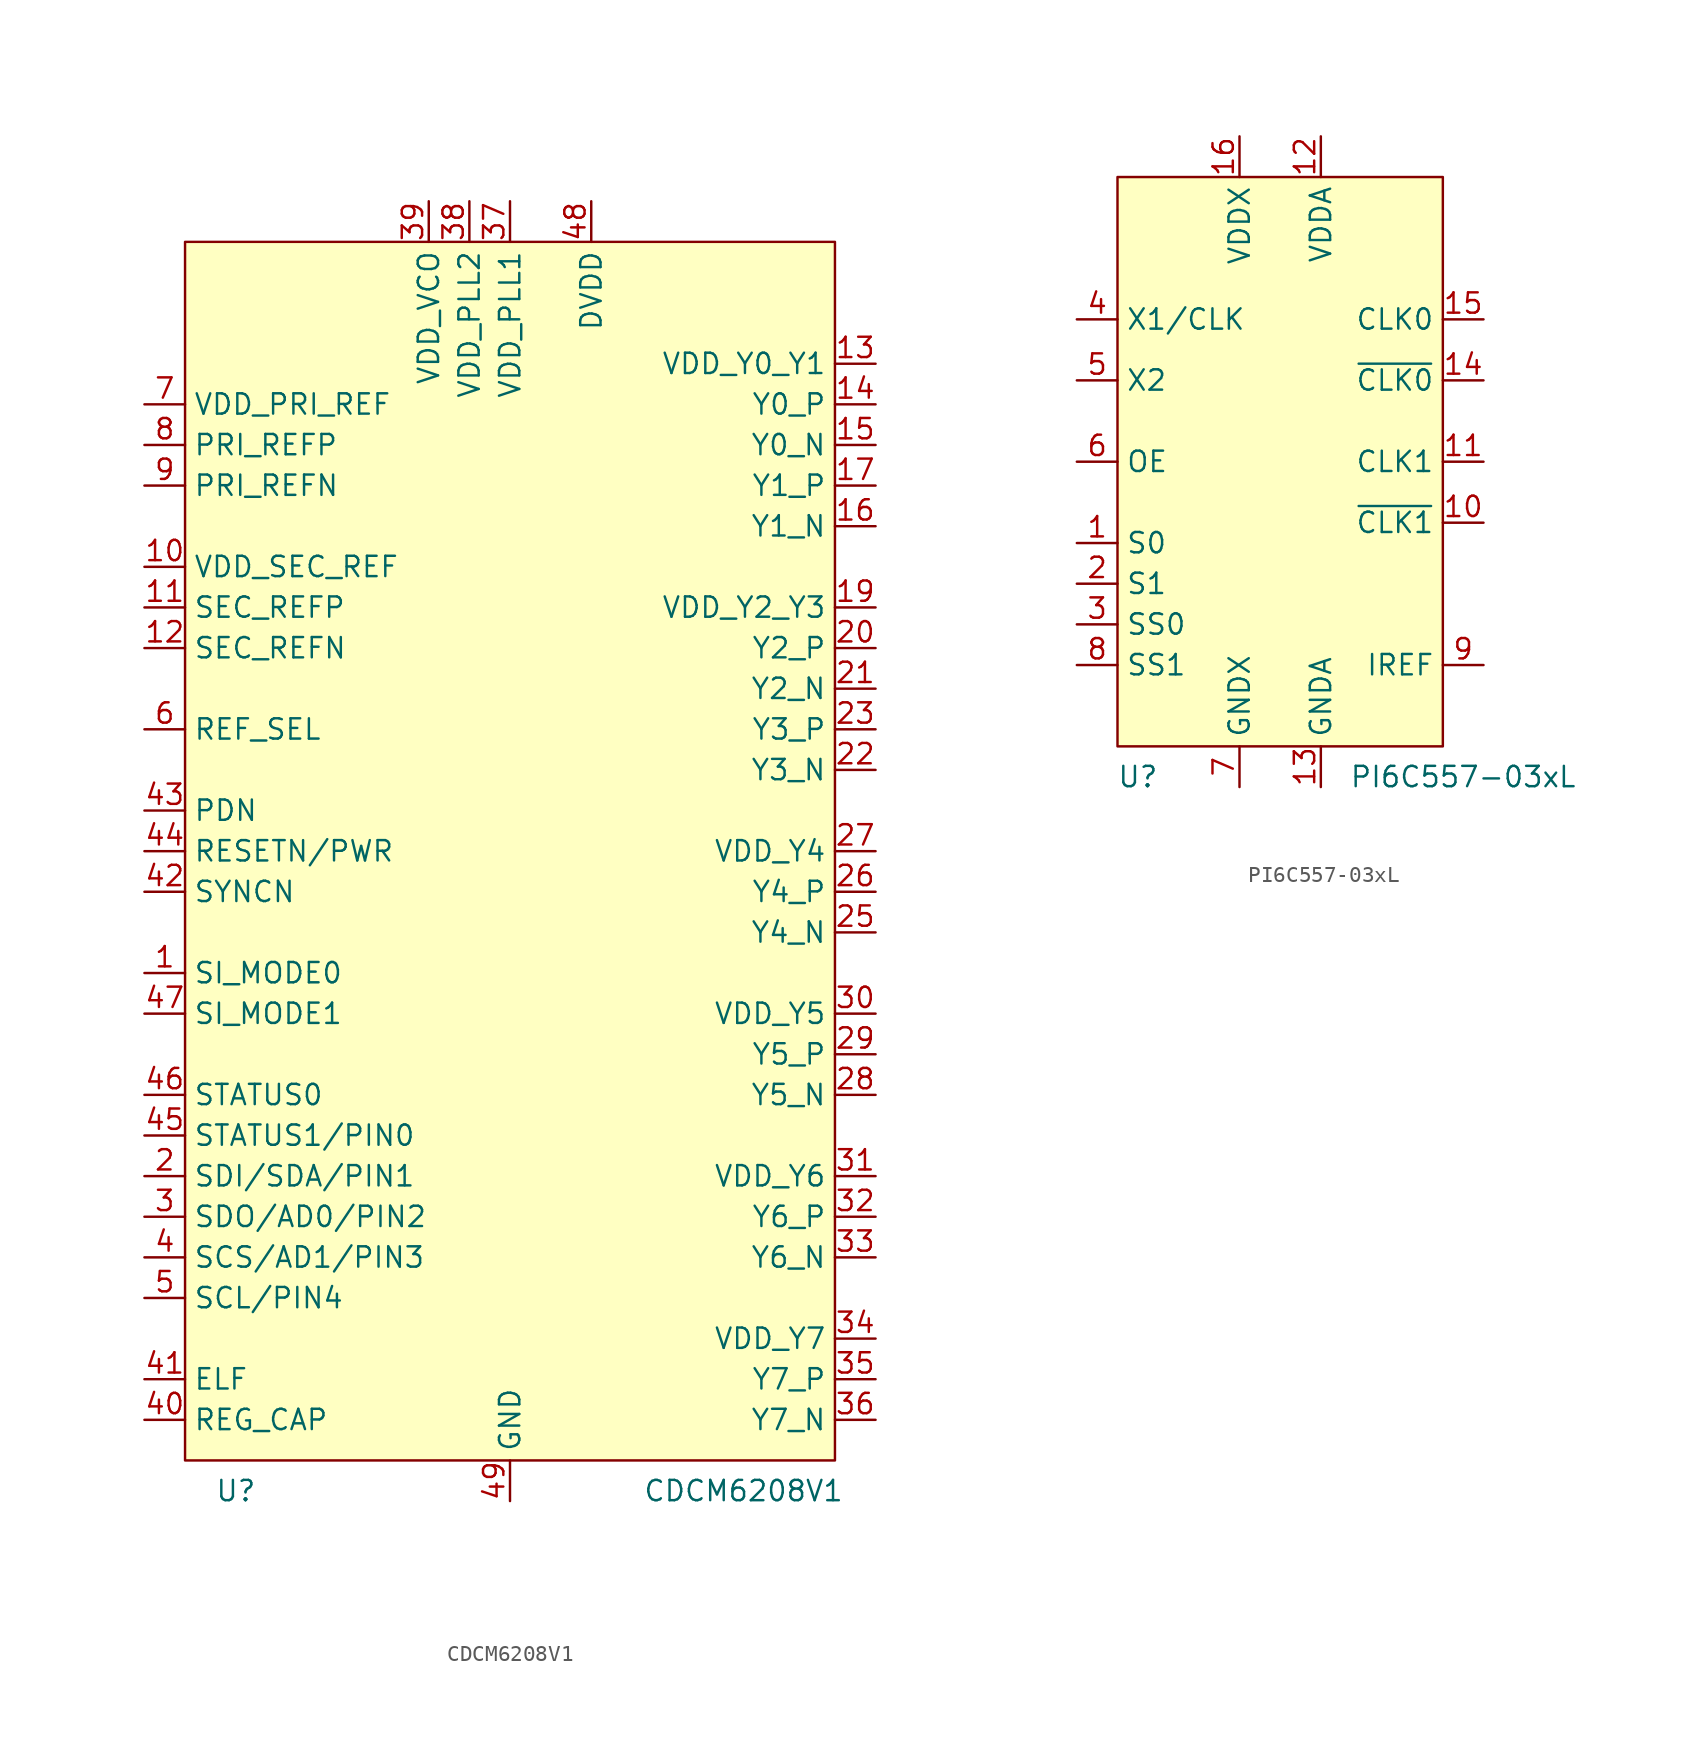
<source format=kicad_sym>
(kicad_symbol_lib
  (version 20231120)
  (generator "kicad_symbol_editor")
  (generator_version "8.0")
  (symbol "CDCM6208V1"
    (property "Reference" "U"
      (at -17.145 -40.005 0)
      (effects (font (size 1.27 1.27))))
    (property "Value" "CDCM6208V1"
      (at 14.605 -40.005 0)
      (effects (font (size 1.27 1.27))))
    (symbol "CDCM6208V1_0_0"
      (pin passive line (at -22.86 -7.62 0) (length 2.54) (name "SI_MODE0" (effects (font (size 1.27 1.27)))) (number "1" (effects (font (size 1.27 1.27)))))
      (pin power_in line (at -22.86 17.78 0) (length 2.54) (name "VDD_SEC_REF" (effects (font (size 1.27 1.27)))) (number "10" (effects (font (size 1.27 1.27)))))
      (pin input line (at -22.86 15.24 0) (length 2.54) (name "SEC_REFP" (effects (font (size 1.27 1.27)))) (number "11" (effects (font (size 1.27 1.27)))))
      (pin input line (at -22.86 12.7 0) (length 2.54) (name "SEC_REFN" (effects (font (size 1.27 1.27)))) (number "12" (effects (font (size 1.27 1.27)))))
      (pin power_in line (at 22.86 30.48 180) (length 2.54) (name "VDD_Y0_Y1" (effects (font (size 1.27 1.27)))) (number "13" (effects (font (size 1.27 1.27)))))
      (pin output line (at 22.86 27.94 180) (length 2.54) (name "Y0_P" (effects (font (size 1.27 1.27)))) (number "14" (effects (font (size 1.27 1.27)))))
      (pin output line (at 22.86 25.4 180) (length 2.54) (name "Y0_N" (effects (font (size 1.27 1.27)))) (number "15" (effects (font (size 1.27 1.27)))))
      (pin output line (at 22.86 20.32 180) (length 2.54) (name "Y1_N" (effects (font (size 1.27 1.27)))) (number "16" (effects (font (size 1.27 1.27)))))
      (pin output line (at 22.86 22.86 180) (length 2.54) (name "Y1_P" (effects (font (size 1.27 1.27)))) (number "17" (effects (font (size 1.27 1.27)))))
      (pin power_in line (at 22.86 15.24 180) (length 2.54) (name "VDD_Y2_Y3" (effects (font (size 1.27 1.27)))) (number "19" (effects (font (size 1.27 1.27)))))
      (pin bidirectional line (at -22.86 -20.32 0) (length 2.54) (name "SDI/SDA/PIN1" (effects (font (size 1.27 1.27)))) (number "2" (effects (font (size 1.27 1.27)))))
      (pin output line (at 22.86 12.7 180) (length 2.54) (name "Y2_P" (effects (font (size 1.27 1.27)))) (number "20" (effects (font (size 1.27 1.27)))))
      (pin output line (at 22.86 10.16 180) (length 2.54) (name "Y2_N" (effects (font (size 1.27 1.27)))) (number "21" (effects (font (size 1.27 1.27)))))
      (pin output line (at 22.86 5.08 180) (length 2.54) (name "Y3_N" (effects (font (size 1.27 1.27)))) (number "22" (effects (font (size 1.27 1.27)))))
      (pin output line (at 22.86 7.62 180) (length 2.54) (name "Y3_P" (effects (font (size 1.27 1.27)))) (number "23" (effects (font (size 1.27 1.27)))))
      (pin output line (at 22.86 -5.08 180) (length 2.54) (name "Y4_N" (effects (font (size 1.27 1.27)))) (number "25" (effects (font (size 1.27 1.27)))))
      (pin output line (at 22.86 -2.54 180) (length 2.54) (name "Y4_P" (effects (font (size 1.27 1.27)))) (number "26" (effects (font (size 1.27 1.27)))))
      (pin power_in line (at 22.86 0 180) (length 2.54) (name "VDD_Y4" (effects (font (size 1.27 1.27)))) (number "27" (effects (font (size 1.27 1.27)))))
      (pin output line (at 22.86 -15.24 180) (length 2.54) (name "Y5_N" (effects (font (size 1.27 1.27)))) (number "28" (effects (font (size 1.27 1.27)))))
      (pin output line (at 22.86 -12.7 180) (length 2.54) (name "Y5_P" (effects (font (size 1.27 1.27)))) (number "29" (effects (font (size 1.27 1.27)))))
      (pin bidirectional line (at -22.86 -22.86 0) (length 2.54) (name "SDO/AD0/PIN2" (effects (font (size 1.27 1.27)))) (number "3" (effects (font (size 1.27 1.27)))))
      (pin power_in line (at 22.86 -10.16 180) (length 2.54) (name "VDD_Y5" (effects (font (size 1.27 1.27)))) (number "30" (effects (font (size 1.27 1.27)))))
      (pin power_in line (at 22.86 -20.32 180) (length 2.54) (name "VDD_Y6" (effects (font (size 1.27 1.27)))) (number "31" (effects (font (size 1.27 1.27)))))
      (pin output line (at 22.86 -22.86 180) (length 2.54) (name "Y6_P" (effects (font (size 1.27 1.27)))) (number "32" (effects (font (size 1.27 1.27)))))
      (pin output line (at 22.86 -25.4 180) (length 2.54) (name "Y6_N" (effects (font (size 1.27 1.27)))) (number "33" (effects (font (size 1.27 1.27)))))
      (pin power_in line (at 22.86 -30.48 180) (length 2.54) (name "VDD_Y7" (effects (font (size 1.27 1.27)))) (number "34" (effects (font (size 1.27 1.27)))))
      (pin output line (at 22.86 -33.02 180) (length 2.54) (name "Y7_P" (effects (font (size 1.27 1.27)))) (number "35" (effects (font (size 1.27 1.27)))))
      (pin output line (at 22.86 -35.56 180) (length 2.54) (name "Y7_N" (effects (font (size 1.27 1.27)))) (number "36" (effects (font (size 1.27 1.27)))))
      (pin power_in line (at 0 40.64 270) (length 2.54) (name "VDD_PLL1" (effects (font (size 1.27 1.27)))) (number "37" (effects (font (size 1.27 1.27)))))
      (pin power_in line (at -2.54 40.64 270) (length 2.54) (name "VDD_PLL2" (effects (font (size 1.27 1.27)))) (number "38" (effects (font (size 1.27 1.27)))))
      (pin power_in line (at -5.08 40.64 270) (length 2.54) (name "VDD_VCO" (effects (font (size 1.27 1.27)))) (number "39" (effects (font (size 1.27 1.27)))))
      (pin input line (at -22.86 -25.4 0) (length 2.54) (name "SCS/AD1/PIN3" (effects (font (size 1.27 1.27)))) (number "4" (effects (font (size 1.27 1.27)))))
      (pin passive line (at -22.86 -35.56 0) (length 2.54) (name "REG_CAP" (effects (font (size 1.27 1.27)))) (number "40" (effects (font (size 1.27 1.27)))))
      (pin output line (at -22.86 -33.02 0) (length 2.54) (name "ELF" (effects (font (size 1.27 1.27)))) (number "41" (effects (font (size 1.27 1.27)))))
      (pin input line (at -22.86 -2.54 0) (length 2.54) (name "SYNCN" (effects (font (size 1.27 1.27)))) (number "42" (effects (font (size 1.27 1.27)))))
      (pin input line (at -22.86 2.54 0) (length 2.54) (name "PDN" (effects (font (size 1.27 1.27)))) (number "43" (effects (font (size 1.27 1.27)))))
      (pin input line (at -22.86 0 0) (length 2.54) (name "RESETN/PWR" (effects (font (size 1.27 1.27)))) (number "44" (effects (font (size 1.27 1.27)))))
      (pin bidirectional line (at -22.86 -17.78 0) (length 2.54) (name "STATUS1/PIN0" (effects (font (size 1.27 1.27)))) (number "45" (effects (font (size 1.27 1.27)))))
      (pin output line (at -22.86 -15.24 0) (length 2.54) (name "STATUS0" (effects (font (size 1.27 1.27)))) (number "46" (effects (font (size 1.27 1.27)))))
      (pin input line (at -22.86 -10.16 0) (length 2.54) (name "SI_MODE1" (effects (font (size 1.27 1.27)))) (number "47" (effects (font (size 1.27 1.27)))))
      (pin power_in line (at 5.08 40.64 270) (length 2.54) (name "DVDD" (effects (font (size 1.27 1.27)))) (number "48" (effects (font (size 1.27 1.27)))))
      (pin power_in line (at 0 -40.64 90) (length 2.54) (name "GND" (effects (font (size 1.27 1.27)))) (number "49" (effects (font (size 1.27 1.27)))))
      (pin input line (at -22.86 -27.94 0) (length 2.54) (name "SCL/PIN4" (effects (font (size 1.27 1.27)))) (number "5" (effects (font (size 1.27 1.27)))))
      (pin input line (at -22.86 7.62 0) (length 2.54) (name "REF_SEL" (effects (font (size 1.27 1.27)))) (number "6" (effects (font (size 1.27 1.27)))))
      (pin power_in line (at -22.86 27.94 0) (length 2.54) (name "VDD_PRI_REF" (effects (font (size 1.27 1.27)))) (number "7" (effects (font (size 1.27 1.27)))))
      (pin input line (at -22.86 25.4 0) (length 2.54) (name "PRI_REFP" (effects (font (size 1.27 1.27)))) (number "8" (effects (font (size 1.27 1.27)))))
      (pin input line (at -22.86 22.86 0) (length 2.54) (name "PRI_REFN" (effects (font (size 1.27 1.27)))) (number "9" (effects (font (size 1.27 1.27))))))
    (symbol "CDCM6208V1_1_0"
      (pin passive line (at 22.86 30.48 180) (length 2.54) hide (name "VDD_Y0_Y1" (effects (font (size 1.27 1.27)))) (number "18" (effects (font (size 1.27 1.27)))))
      (pin passive line (at 22.86 15.24 180) (length 2.54) hide (name "VDD_Y2_Y3" (effects (font (size 1.27 1.27)))) (number "24" (effects (font (size 1.27 1.27))))))
    (symbol "CDCM6208V1_1_1"
      (rectangle (start -20.32 38.1) (end 20.32 -38.1) (stroke (width 0) (type default)) (fill (type background)))))
  (symbol "PI6C557-03xL"
    (property "Reference" "U"
      (at -8.89 -19.685 0)
      (effects (font (size 1.27 1.27))))
    (property "Value" "PI6C557-03xL"
      (at 11.43 -19.685 0)
      (effects (font (size 1.27 1.27))))
    (symbol "PI6C557-03xL_0_0"
      (pin input line (at -12.7 -5.08 0) (length 2.54) (name "S0" (effects (font (size 1.27 1.27)))) (number "1" (effects (font (size 1.27 1.27)))))
      (pin output line (at 12.7 -3.81 180) (length 2.54) (name "~{CLK1}" (effects (font (size 1.27 1.27)))) (number "10" (effects (font (size 1.27 1.27)))))
      (pin output line (at 12.7 0 180) (length 2.54) (name "CLK1" (effects (font (size 1.27 1.27)))) (number "11" (effects (font (size 1.27 1.27)))))
      (pin power_in line (at 2.54 20.32 270) (length 2.54) (name "VDDA" (effects (font (size 1.27 1.27)))) (number "12" (effects (font (size 1.27 1.27)))))
      (pin power_in line (at 2.54 -20.32 90) (length 2.54) (name "GNDA" (effects (font (size 1.27 1.27)))) (number "13" (effects (font (size 1.27 1.27)))))
      (pin output line (at 12.7 5.08 180) (length 2.54) (name "~{CLK0}" (effects (font (size 1.27 1.27)))) (number "14" (effects (font (size 1.27 1.27)))))
      (pin output line (at 12.7 8.89 180) (length 2.54) (name "CLK0" (effects (font (size 1.27 1.27)))) (number "15" (effects (font (size 1.27 1.27)))))
      (pin power_in line (at -2.54 20.32 270) (length 2.54) (name "VDDX" (effects (font (size 1.27 1.27)))) (number "16" (effects (font (size 1.27 1.27)))))
      (pin input line (at -12.7 -7.62 0) (length 2.54) (name "S1" (effects (font (size 1.27 1.27)))) (number "2" (effects (font (size 1.27 1.27)))))
      (pin input line (at -12.7 -10.16 0) (length 2.54) (name "SS0" (effects (font (size 1.27 1.27)))) (number "3" (effects (font (size 1.27 1.27)))))
      (pin input line (at -12.7 8.89 0) (length 2.54) (name "X1/CLK" (effects (font (size 1.27 1.27)))) (number "4" (effects (font (size 1.27 1.27)))))
      (pin output line (at -12.7 5.08 0) (length 2.54) (name "X2" (effects (font (size 1.27 1.27)))) (number "5" (effects (font (size 1.27 1.27)))))
      (pin input line (at -12.7 0 0) (length 2.54) (name "OE" (effects (font (size 1.27 1.27)))) (number "6" (effects (font (size 1.27 1.27)))))
      (pin power_in line (at -2.54 -20.32 90) (length 2.54) (name "GNDX" (effects (font (size 1.27 1.27)))) (number "7" (effects (font (size 1.27 1.27)))))
      (pin input line (at -12.7 -12.7 0) (length 2.54) (name "SS1" (effects (font (size 1.27 1.27)))) (number "8" (effects (font (size 1.27 1.27)))))
      (pin output line (at 12.7 -12.7 180) (length 2.54) (name "IREF" (effects (font (size 1.27 1.27)))) (number "9" (effects (font (size 1.27 1.27))))))
    (symbol "PI6C557-03xL_1_1"
      (rectangle (start -10.16 17.78) (end 10.16 -17.78) (stroke (width 0) (type default)) (fill (type background))))))
</source>
